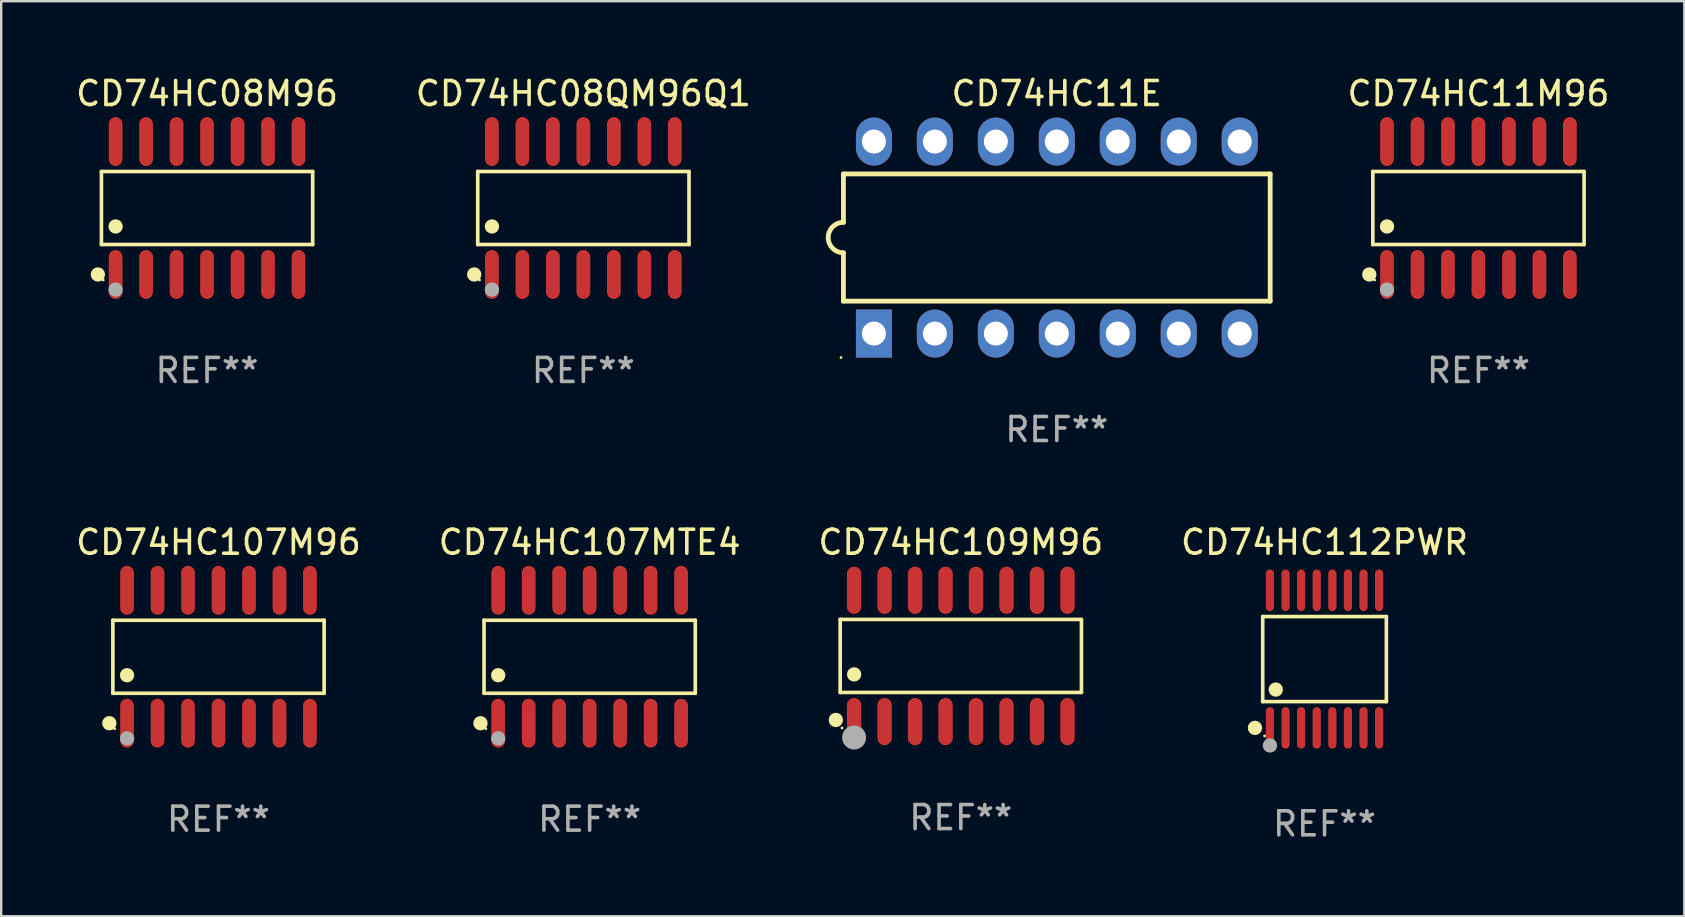
<source format=kicad_pcb>
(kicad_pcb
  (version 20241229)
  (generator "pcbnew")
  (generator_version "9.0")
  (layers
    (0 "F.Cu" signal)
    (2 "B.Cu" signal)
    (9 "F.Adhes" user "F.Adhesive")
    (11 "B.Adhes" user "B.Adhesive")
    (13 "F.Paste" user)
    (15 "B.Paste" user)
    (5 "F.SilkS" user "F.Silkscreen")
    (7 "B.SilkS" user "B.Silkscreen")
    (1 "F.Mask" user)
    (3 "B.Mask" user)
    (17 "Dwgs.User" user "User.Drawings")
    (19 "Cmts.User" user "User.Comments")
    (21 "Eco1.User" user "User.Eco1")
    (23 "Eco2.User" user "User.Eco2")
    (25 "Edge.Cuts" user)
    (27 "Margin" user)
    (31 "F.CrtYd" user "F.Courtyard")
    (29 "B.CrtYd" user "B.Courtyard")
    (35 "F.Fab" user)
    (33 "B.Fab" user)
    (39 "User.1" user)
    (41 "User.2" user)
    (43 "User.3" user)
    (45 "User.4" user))
  (footprint "CD74HC107M96"
    (layer "F.Cu")
    (at 6.054 24.314)
    (property "Reference" "CD74HC107M96" (at 0 -4.769 0) (layer "F.SilkS") (effects (font (size 1 1) (thickness 0.15))))
    (attr through_hole)
    (fp_line (start -4.401 -1.521) (end 4.401 -1.521) (stroke (width 0.152) (type solid)) (layer "F.SilkS"))
    (fp_line (start -4.401 1.521) (end -4.401 -1.521) (stroke (width 0.152) (type solid)) (layer "F.SilkS"))
    (fp_line (start 4.401 -1.521) (end 4.401 1.521) (stroke (width 0.152) (type solid)) (layer "F.SilkS"))
    (fp_line (start 4.401 1.521) (end -4.401 1.521) (stroke (width 0.152) (type solid)) (layer "F.SilkS"))
    (fp_circle (center -4.549 2.769) (end -4.399 2.769) (stroke (width 0.3) (type solid)) (fill no) (layer "F.SilkS"))
    (fp_circle (center -4.325 3) (end -4.295 3) (stroke (width 0.06) (type solid)) (fill no) (layer "F.SilkS"))
    (fp_circle (center -3.81 0.769) (end -3.66 0.769) (stroke (width 0.3) (type solid)) (fill no) (layer "F.SilkS"))
    (fp_circle (center -3.81 3.4) (end -3.66 3.4) (stroke (width 0.3) (type solid)) (fill no) (layer "F.Fab"))
    (fp_text user "REF**" (at 0 6.769 0) (layer "F.Fab") (effects (font (size 1 1) (thickness 0.15))))
    (pad "1" smd oval (at -3.81 2.769) (size 0.574 2.038) (layers "F.Cu" "F.Mask" "F.Paste"))
    (pad "2" smd oval (at -2.54 2.769) (size 0.574 2.038) (layers "F.Cu" "F.Mask" "F.Paste"))
    (pad "3" smd oval (at -1.27 2.769) (size 0.574 2.038) (layers "F.Cu" "F.Mask" "F.Paste"))
    (pad "4" smd oval (at 0 2.769) (size 0.574 2.038) (layers "F.Cu" "F.Mask" "F.Paste"))
    (pad "5" smd oval (at 1.27 2.769) (size 0.574 2.038) (layers "F.Cu" "F.Mask" "F.Paste"))
    (pad "6" smd oval (at 2.54 2.769) (size 0.574 2.038) (layers "F.Cu" "F.Mask" "F.Paste"))
    (pad "7" smd oval (at 3.81 2.769) (size 0.574 2.038) (layers "F.Cu" "F.Mask" "F.Paste"))
    (pad "8" smd oval (at 3.81 -2.769) (size 0.574 2.038) (layers "F.Cu" "F.Mask" "F.Paste"))
    (pad "9" smd oval (at 2.54 -2.769) (size 0.574 2.038) (layers "F.Cu" "F.Mask" "F.Paste"))
    (pad "10" smd oval (at 1.27 -2.769) (size 0.574 2.038) (layers "F.Cu" "F.Mask" "F.Paste"))
    (pad "11" smd oval (at 0 -2.769) (size 0.574 2.038) (layers "F.Cu" "F.Mask" "F.Paste"))
    (pad "12" smd oval (at -1.27 -2.769) (size 0.574 2.038) (layers "F.Cu" "F.Mask" "F.Paste"))
    (pad "13" smd oval (at -2.54 -2.769) (size 0.574 2.038) (layers "F.Cu" "F.Mask" "F.Paste"))
    (pad "14" smd oval (at -3.81 -2.769) (size 0.574 2.038) (layers "F.Cu" "F.Mask" "F.Paste")))
  (footprint "CD74HC08M96"
    (layer "F.Cu")
    (at 5.577 5.617)
    (property "Reference" "CD74HC08M96" (at 0 -4.769 0) (layer "F.SilkS") (effects (font (size 1 1) (thickness 0.15))))
    (attr through_hole)
    (fp_line (start -4.401 -1.521) (end 4.401 -1.521) (stroke (width 0.152) (type solid)) (layer "F.SilkS"))
    (fp_line (start -4.401 1.521) (end -4.401 -1.521) (stroke (width 0.152) (type solid)) (layer "F.SilkS"))
    (fp_line (start 4.401 -1.521) (end 4.401 1.521) (stroke (width 0.152) (type solid)) (layer "F.SilkS"))
    (fp_line (start 4.401 1.521) (end -4.401 1.521) (stroke (width 0.152) (type solid)) (layer "F.SilkS"))
    (fp_circle (center -4.549 2.769) (end -4.399 2.769) (stroke (width 0.3) (type solid)) (fill no) (layer "F.SilkS"))
    (fp_circle (center -4.325 3) (end -4.295 3) (stroke (width 0.06) (type solid)) (fill no) (layer "F.SilkS"))
    (fp_circle (center -3.81 0.769) (end -3.66 0.769) (stroke (width 0.3) (type solid)) (fill no) (layer "F.SilkS"))
    (fp_circle (center -3.81 3.4) (end -3.66 3.4) (stroke (width 0.3) (type solid)) (fill no) (layer "F.Fab"))
    (fp_text user "REF**" (at 0 6.769 0) (layer "F.Fab") (effects (font (size 1 1) (thickness 0.15))))
    (pad "1" smd oval (at -3.81 2.769) (size 0.574 2.038) (layers "F.Cu" "F.Mask" "F.Paste"))
    (pad "2" smd oval (at -2.54 2.769) (size 0.574 2.038) (layers "F.Cu" "F.Mask" "F.Paste"))
    (pad "3" smd oval (at -1.27 2.769) (size 0.574 2.038) (layers "F.Cu" "F.Mask" "F.Paste"))
    (pad "4" smd oval (at 0 2.769) (size 0.574 2.038) (layers "F.Cu" "F.Mask" "F.Paste"))
    (pad "5" smd oval (at 1.27 2.769) (size 0.574 2.038) (layers "F.Cu" "F.Mask" "F.Paste"))
    (pad "6" smd oval (at 2.54 2.769) (size 0.574 2.038) (layers "F.Cu" "F.Mask" "F.Paste"))
    (pad "7" smd oval (at 3.81 2.769) (size 0.574 2.038) (layers "F.Cu" "F.Mask" "F.Paste"))
    (pad "8" smd oval (at 3.81 -2.769) (size 0.574 2.038) (layers "F.Cu" "F.Mask" "F.Paste"))
    (pad "9" smd oval (at 2.54 -2.769) (size 0.574 2.038) (layers "F.Cu" "F.Mask" "F.Paste"))
    (pad "10" smd oval (at 1.27 -2.769) (size 0.574 2.038) (layers "F.Cu" "F.Mask" "F.Paste"))
    (pad "11" smd oval (at 0 -2.769) (size 0.574 2.038) (layers "F.Cu" "F.Mask" "F.Paste"))
    (pad "12" smd oval (at -1.27 -2.769) (size 0.574 2.038) (layers "F.Cu" "F.Mask" "F.Paste"))
    (pad "13" smd oval (at -2.54 -2.769) (size 0.574 2.038) (layers "F.Cu" "F.Mask" "F.Paste"))
    (pad "14" smd oval (at -3.81 -2.769) (size 0.574 2.038) (layers "F.Cu" "F.Mask" "F.Paste")))
  (footprint "CD74HC109M96"
    (layer "F.Cu")
    (at 36.982 24.28)
    (property "Reference" "CD74HC109M96" (at 0 -4.736 0) (layer "F.SilkS") (effects (font (size 1 1) (thickness 0.15))))
    (attr through_hole)
    (fp_line (start -5.026 -1.521) (end 5.026 -1.521) (stroke (width 0.152) (type solid)) (layer "F.SilkS"))
    (fp_line (start -5.026 1.521) (end -5.026 -1.521) (stroke (width 0.152) (type solid)) (layer "F.SilkS"))
    (fp_line (start 5.026 -1.521) (end 5.026 1.521) (stroke (width 0.152) (type solid)) (layer "F.SilkS"))
    (fp_line (start 5.026 1.521) (end -5.026 1.521) (stroke (width 0.152) (type solid)) (layer "F.SilkS"))
    (fp_circle (center -5.207 2.667) (end -5.057 2.667) (stroke (width 0.3) (type solid)) (fill no) (layer "F.SilkS"))
    (fp_circle (center -4.95 3) (end -4.92 3) (stroke (width 0.06) (type solid)) (fill no) (layer "F.SilkS"))
    (fp_circle (center -4.445 0.769) (end -4.295 0.769) (stroke (width 0.3) (type solid)) (fill no) (layer "F.SilkS"))
    (fp_circle (center -4.445 3.4) (end -4.195 3.4) (stroke (width 0.5) (type solid)) (fill no) (layer "F.Fab"))
    (fp_text user "REF**" (at 0 6.736 0) (layer "F.Fab") (effects (font (size 1 1) (thickness 0.15))))
    (pad "1" smd oval (at -4.445 2.736) (size 0.602 1.971) (layers "F.Cu" "F.Mask" "F.Paste"))
    (pad "2" smd oval (at -3.175 2.736) (size 0.602 1.971) (layers "F.Cu" "F.Mask" "F.Paste"))
    (pad "3" smd oval (at -1.905 2.736) (size 0.602 1.971) (layers "F.Cu" "F.Mask" "F.Paste"))
    (pad "4" smd oval (at -0.635 2.736) (size 0.602 1.971) (layers "F.Cu" "F.Mask" "F.Paste"))
    (pad "5" smd oval (at 0.635 2.736) (size 0.602 1.971) (layers "F.Cu" "F.Mask" "F.Paste"))
    (pad "6" smd oval (at 1.905 2.736) (size 0.602 1.971) (layers "F.Cu" "F.Mask" "F.Paste"))
    (pad "7" smd oval (at 3.175 2.736) (size 0.602 1.971) (layers "F.Cu" "F.Mask" "F.Paste"))
    (pad "8" smd oval (at 4.445 2.736) (size 0.602 1.971) (layers "F.Cu" "F.Mask" "F.Paste"))
    (pad "9" smd oval (at 4.445 -2.736) (size 0.602 1.971) (layers "F.Cu" "F.Mask" "F.Paste"))
    (pad "10" smd oval (at 3.175 -2.736) (size 0.602 1.971) (layers "F.Cu" "F.Mask" "F.Paste"))
    (pad "11" smd oval (at 1.905 -2.736) (size 0.602 1.971) (layers "F.Cu" "F.Mask" "F.Paste"))
    (pad "12" smd oval (at 0.635 -2.736) (size 0.602 1.971) (layers "F.Cu" "F.Mask" "F.Paste"))
    (pad "13" smd oval (at -0.635 -2.736) (size 0.602 1.971) (layers "F.Cu" "F.Mask" "F.Paste"))
    (pad "14" smd oval (at -1.905 -2.736) (size 0.602 1.971) (layers "F.Cu" "F.Mask" "F.Paste"))
    (pad "15" smd oval (at -3.175 -2.736) (size 0.602 1.971) (layers "F.Cu" "F.Mask" "F.Paste"))
    (pad "16" smd oval (at -4.445 -2.736) (size 0.602 1.971) (layers "F.Cu" "F.Mask" "F.Paste")))
  (footprint "CD74HC11M96"
    (layer "F.Cu")
    (at 58.55 5.617)
    (property "Reference" "CD74HC11M96" (at 0 -4.769 0) (layer "F.SilkS") (effects (font (size 1 1) (thickness 0.15))))
    (attr through_hole)
    (fp_line (start -4.401 -1.521) (end 4.401 -1.521) (stroke (width 0.152) (type solid)) (layer "F.SilkS"))
    (fp_line (start -4.401 1.521) (end -4.401 -1.521) (stroke (width 0.152) (type solid)) (layer "F.SilkS"))
    (fp_line (start 4.401 -1.521) (end 4.401 1.521) (stroke (width 0.152) (type solid)) (layer "F.SilkS"))
    (fp_line (start 4.401 1.521) (end -4.401 1.521) (stroke (width 0.152) (type solid)) (layer "F.SilkS"))
    (fp_circle (center -4.549 2.769) (end -4.399 2.769) (stroke (width 0.3) (type solid)) (fill no) (layer "F.SilkS"))
    (fp_circle (center -4.325 3) (end -4.295 3) (stroke (width 0.06) (type solid)) (fill no) (layer "F.SilkS"))
    (fp_circle (center -3.81 0.769) (end -3.66 0.769) (stroke (width 0.3) (type solid)) (fill no) (layer "F.SilkS"))
    (fp_circle (center -3.81 3.4) (end -3.66 3.4) (stroke (width 0.3) (type solid)) (fill no) (layer "F.Fab"))
    (fp_text user "REF**" (at 0 6.769 0) (layer "F.Fab") (effects (font (size 1 1) (thickness 0.15))))
    (pad "1" smd oval (at -3.81 2.769) (size 0.574 2.038) (layers "F.Cu" "F.Mask" "F.Paste"))
    (pad "2" smd oval (at -2.54 2.769) (size 0.574 2.038) (layers "F.Cu" "F.Mask" "F.Paste"))
    (pad "3" smd oval (at -1.27 2.769) (size 0.574 2.038) (layers "F.Cu" "F.Mask" "F.Paste"))
    (pad "4" smd oval (at 0 2.769) (size 0.574 2.038) (layers "F.Cu" "F.Mask" "F.Paste"))
    (pad "5" smd oval (at 1.27 2.769) (size 0.574 2.038) (layers "F.Cu" "F.Mask" "F.Paste"))
    (pad "6" smd oval (at 2.54 2.769) (size 0.574 2.038) (layers "F.Cu" "F.Mask" "F.Paste"))
    (pad "7" smd oval (at 3.81 2.769) (size 0.574 2.038) (layers "F.Cu" "F.Mask" "F.Paste"))
    (pad "8" smd oval (at 3.81 -2.769) (size 0.574 2.038) (layers "F.Cu" "F.Mask" "F.Paste"))
    (pad "9" smd oval (at 2.54 -2.769) (size 0.574 2.038) (layers "F.Cu" "F.Mask" "F.Paste"))
    (pad "10" smd oval (at 1.27 -2.769) (size 0.574 2.038) (layers "F.Cu" "F.Mask" "F.Paste"))
    (pad "11" smd oval (at 0 -2.769) (size 0.574 2.038) (layers "F.Cu" "F.Mask" "F.Paste"))
    (pad "12" smd oval (at -1.27 -2.769) (size 0.574 2.038) (layers "F.Cu" "F.Mask" "F.Paste"))
    (pad "13" smd oval (at -2.54 -2.769) (size 0.574 2.038) (layers "F.Cu" "F.Mask" "F.Paste"))
    (pad "14" smd oval (at -3.81 -2.769) (size 0.574 2.038) (layers "F.Cu" "F.Mask" "F.Paste")))
  (footprint "CD74HC107MTE4"
    (layer "F.Cu")
    (at 21.518 24.314)
    (property "Reference" "CD74HC107MTE4" (at 0 -4.769 0) (layer "F.SilkS") (effects (font (size 1 1) (thickness 0.15))))
    (attr through_hole)
    (fp_line (start -4.401 -1.521) (end 4.401 -1.521) (stroke (width 0.152) (type solid)) (layer "F.SilkS"))
    (fp_line (start -4.401 1.521) (end -4.401 -1.521) (stroke (width 0.152) (type solid)) (layer "F.SilkS"))
    (fp_line (start 4.401 -1.521) (end 4.401 1.521) (stroke (width 0.152) (type solid)) (layer "F.SilkS"))
    (fp_line (start 4.401 1.521) (end -4.401 1.521) (stroke (width 0.152) (type solid)) (layer "F.SilkS"))
    (fp_circle (center -4.549 2.769) (end -4.399 2.769) (stroke (width 0.3) (type solid)) (fill no) (layer "F.SilkS"))
    (fp_circle (center -4.325 3) (end -4.295 3) (stroke (width 0.06) (type solid)) (fill no) (layer "F.SilkS"))
    (fp_circle (center -3.81 0.769) (end -3.66 0.769) (stroke (width 0.3) (type solid)) (fill no) (layer "F.SilkS"))
    (fp_circle (center -3.81 3.4) (end -3.66 3.4) (stroke (width 0.3) (type solid)) (fill no) (layer "F.Fab"))
    (fp_text user "REF**" (at 0 6.769 0) (layer "F.Fab") (effects (font (size 1 1) (thickness 0.15))))
    (pad "1" smd oval (at -3.81 2.769) (size 0.574 2.038) (layers "F.Cu" "F.Mask" "F.Paste"))
    (pad "2" smd oval (at -2.54 2.769) (size 0.574 2.038) (layers "F.Cu" "F.Mask" "F.Paste"))
    (pad "3" smd oval (at -1.27 2.769) (size 0.574 2.038) (layers "F.Cu" "F.Mask" "F.Paste"))
    (pad "4" smd oval (at 0 2.769) (size 0.574 2.038) (layers "F.Cu" "F.Mask" "F.Paste"))
    (pad "5" smd oval (at 1.27 2.769) (size 0.574 2.038) (layers "F.Cu" "F.Mask" "F.Paste"))
    (pad "6" smd oval (at 2.54 2.769) (size 0.574 2.038) (layers "F.Cu" "F.Mask" "F.Paste"))
    (pad "7" smd oval (at 3.81 2.769) (size 0.574 2.038) (layers "F.Cu" "F.Mask" "F.Paste"))
    (pad "8" smd oval (at 3.81 -2.769) (size 0.574 2.038) (layers "F.Cu" "F.Mask" "F.Paste"))
    (pad "9" smd oval (at 2.54 -2.769) (size 0.574 2.038) (layers "F.Cu" "F.Mask" "F.Paste"))
    (pad "10" smd oval (at 1.27 -2.769) (size 0.574 2.038) (layers "F.Cu" "F.Mask" "F.Paste"))
    (pad "11" smd oval (at 0 -2.769) (size 0.574 2.038) (layers "F.Cu" "F.Mask" "F.Paste"))
    (pad "12" smd oval (at -1.27 -2.769) (size 0.574 2.038) (layers "F.Cu" "F.Mask" "F.Paste"))
    (pad "13" smd oval (at -2.54 -2.769) (size 0.574 2.038) (layers "F.Cu" "F.Mask" "F.Paste"))
    (pad "14" smd oval (at -3.81 -2.769) (size 0.574 2.038) (layers "F.Cu" "F.Mask" "F.Paste")))
  (footprint "CD74HC112PWR"
    (layer "F.Cu")
    (at 52.137 24.411)
    (property "Reference" "CD74HC112PWR" (at 0 -4.866 0) (layer "F.SilkS") (effects (font (size 1 1) (thickness 0.15))))
    (attr through_hole)
    (fp_line (start -2.576 -1.772) (end 2.576 -1.772) (stroke (width 0.152) (type solid)) (layer "F.SilkS"))
    (fp_line (start -2.576 1.771) (end -2.576 -1.772) (stroke (width 0.152) (type solid)) (layer "F.SilkS"))
    (fp_line (start 2.576 -1.772) (end 2.576 1.771) (stroke (width 0.152) (type solid)) (layer "F.SilkS"))
    (fp_line (start 2.576 1.771) (end -2.576 1.771) (stroke (width 0.152) (type solid)) (layer "F.SilkS"))
    (fp_circle (center -2.899 2.866) (end -2.749 2.866) (stroke (width 0.3) (type solid)) (fill no) (layer "F.SilkS"))
    (fp_circle (center -2.5 3.2) (end -2.47 3.2) (stroke (width 0.06) (type solid)) (fill no) (layer "F.SilkS"))
    (fp_circle (center -2.032 1.27) (end -1.882 1.27) (stroke (width 0.3) (type solid)) (fill no) (layer "F.SilkS"))
    (fp_circle (center -2.275 3.6) (end -2.125 3.6) (stroke (width 0.3) (type solid)) (fill no) (layer "F.Fab"))
    (fp_text user "REF**" (at 0 6.866 0) (layer "F.Fab") (effects (font (size 1 1) (thickness 0.15))))
    (pad "1" smd oval (at -2.275 2.866) (size 0.343 1.731) (layers "F.Cu" "F.Mask" "F.Paste"))
    (pad "2" smd oval (at -1.625 2.866) (size 0.343 1.731) (layers "F.Cu" "F.Mask" "F.Paste"))
    (pad "3" smd oval (at -0.975 2.866) (size 0.343 1.731) (layers "F.Cu" "F.Mask" "F.Paste"))
    (pad "4" smd oval (at -0.325 2.866) (size 0.343 1.731) (layers "F.Cu" "F.Mask" "F.Paste"))
    (pad "5" smd oval (at 0.325 2.866) (size 0.343 1.731) (layers "F.Cu" "F.Mask" "F.Paste"))
    (pad "6" smd oval (at 0.975 2.866) (size 0.343 1.731) (layers "F.Cu" "F.Mask" "F.Paste"))
    (pad "7" smd oval (at 1.625 2.866) (size 0.343 1.731) (layers "F.Cu" "F.Mask" "F.Paste"))
    (pad "8" smd oval (at 2.275 2.866) (size 0.343 1.731) (layers "F.Cu" "F.Mask" "F.Paste"))
    (pad "9" smd oval (at 2.275 -2.866) (size 0.343 1.731) (layers "F.Cu" "F.Mask" "F.Paste"))
    (pad "10" smd oval (at 1.625 -2.866) (size 0.343 1.731) (layers "F.Cu" "F.Mask" "F.Paste"))
    (pad "11" smd oval (at 0.975 -2.866) (size 0.343 1.731) (layers "F.Cu" "F.Mask" "F.Paste"))
    (pad "12" smd oval (at 0.325 -2.866) (size 0.343 1.731) (layers "F.Cu" "F.Mask" "F.Paste"))
    (pad "13" smd oval (at -0.325 -2.866) (size 0.343 1.731) (layers "F.Cu" "F.Mask" "F.Paste"))
    (pad "14" smd oval (at -0.975 -2.866) (size 0.343 1.731) (layers "F.Cu" "F.Mask" "F.Paste"))
    (pad "15" smd oval (at -1.625 -2.866) (size 0.343 1.731) (layers "F.Cu" "F.Mask" "F.Paste"))
    (pad "16" smd oval (at -2.275 -2.866) (size 0.343 1.731) (layers "F.Cu" "F.Mask" "F.Paste")))
  (footprint "CD74HC08QM96Q1"
    (layer "F.Cu")
    (at 21.256 5.617)
    (property "Reference" "CD74HC08QM96Q1" (at 0 -4.769 0) (layer "F.SilkS") (effects (font (size 1 1) (thickness 0.15))))
    (attr through_hole)
    (fp_line (start -4.401 -1.521) (end 4.401 -1.521) (stroke (width 0.152) (type solid)) (layer "F.SilkS"))
    (fp_line (start -4.401 1.521) (end -4.401 -1.521) (stroke (width 0.152) (type solid)) (layer "F.SilkS"))
    (fp_line (start 4.401 -1.521) (end 4.401 1.521) (stroke (width 0.152) (type solid)) (layer "F.SilkS"))
    (fp_line (start 4.401 1.521) (end -4.401 1.521) (stroke (width 0.152) (type solid)) (layer "F.SilkS"))
    (fp_circle (center -4.549 2.769) (end -4.399 2.769) (stroke (width 0.3) (type solid)) (fill no) (layer "F.SilkS"))
    (fp_circle (center -4.325 3) (end -4.295 3) (stroke (width 0.06) (type solid)) (fill no) (layer "F.SilkS"))
    (fp_circle (center -3.81 0.769) (end -3.66 0.769) (stroke (width 0.3) (type solid)) (fill no) (layer "F.SilkS"))
    (fp_circle (center -3.81 3.4) (end -3.66 3.4) (stroke (width 0.3) (type solid)) (fill no) (layer "F.Fab"))
    (fp_text user "REF**" (at 0 6.769 0) (layer "F.Fab") (effects (font (size 1 1) (thickness 0.15))))
    (pad "1" smd oval (at -3.81 2.769) (size 0.574 2.038) (layers "F.Cu" "F.Mask" "F.Paste"))
    (pad "2" smd oval (at -2.54 2.769) (size 0.574 2.038) (layers "F.Cu" "F.Mask" "F.Paste"))
    (pad "3" smd oval (at -1.27 2.769) (size 0.574 2.038) (layers "F.Cu" "F.Mask" "F.Paste"))
    (pad "4" smd oval (at 0 2.769) (size 0.574 2.038) (layers "F.Cu" "F.Mask" "F.Paste"))
    (pad "5" smd oval (at 1.27 2.769) (size 0.574 2.038) (layers "F.Cu" "F.Mask" "F.Paste"))
    (pad "6" smd oval (at 2.54 2.769) (size 0.574 2.038) (layers "F.Cu" "F.Mask" "F.Paste"))
    (pad "7" smd oval (at 3.81 2.769) (size 0.574 2.038) (layers "F.Cu" "F.Mask" "F.Paste"))
    (pad "8" smd oval (at 3.81 -2.769) (size 0.574 2.038) (layers "F.Cu" "F.Mask" "F.Paste"))
    (pad "9" smd oval (at 2.54 -2.769) (size 0.574 2.038) (layers "F.Cu" "F.Mask" "F.Paste"))
    (pad "10" smd oval (at 1.27 -2.769) (size 0.574 2.038) (layers "F.Cu" "F.Mask" "F.Paste"))
    (pad "11" smd oval (at 0 -2.769) (size 0.574 2.038) (layers "F.Cu" "F.Mask" "F.Paste"))
    (pad "12" smd oval (at -1.27 -2.769) (size 0.574 2.038) (layers "F.Cu" "F.Mask" "F.Paste"))
    (pad "13" smd oval (at -2.54 -2.769) (size 0.574 2.038) (layers "F.Cu" "F.Mask" "F.Paste"))
    (pad "14" smd oval (at -3.81 -2.769) (size 0.574 2.038) (layers "F.Cu" "F.Mask" "F.Paste")))
  (footprint "CD74HC11E"
    (layer "F.Cu")
    (at 40.982 6.848)
    (property "Reference" "CD74HC11E" (at 0 -6 0) (layer "F.SilkS") (effects (font (size 1 1) (thickness 0.15))))
    (attr through_hole)
    (fp_line (start -8.89 -2.65) (end -8.89 -0.635) (stroke (width 0.2) (type solid)) (layer "F.SilkS"))
    (fp_line (start -8.89 0.635) (end -8.89 2.65) (stroke (width 0.2) (type solid)) (layer "F.SilkS"))
    (fp_line (start -8.89 2.65) (end 8.89 2.65) (stroke (width 0.2) (type solid)) (layer "F.SilkS"))
    (fp_line (start 8.89 -2.65) (end -8.89 -2.65) (stroke (width 0.2) (type solid)) (layer "F.SilkS"))
    (fp_line (start 8.89 2.65) (end 8.89 -2.65) (stroke (width 0.2) (type solid)) (layer "F.SilkS"))
    (fp_arc (start -8.890018 0.635001) (mid -9.525019 0) (end -8.890018 -0.635001) (stroke (width 0.2) (type solid)) (layer "F.SilkS"))
    (fp_circle (center -8.99 5) (end -8.96 5) (stroke (width 0.06) (type solid)) (fill no) (layer "F.SilkS"))
    (fp_text user "REF**" (at 0 8 0) (layer "F.Fab") (effects (font (size 1 1) (thickness 0.15))))
    (pad "1" thru_hole rect (at -7.62 4 90) (size 2 1.5) (drill 1) (layers "*.Cu" "*.Mask"))
    (pad "2" thru_hole oval (at -5.08 4 90) (size 2 1.5) (drill 1) (layers "*.Cu" "*.Mask"))
    (pad "3" thru_hole oval (at -2.54 4 90) (size 2 1.5) (drill 1) (layers "*.Cu" "*.Mask"))
    (pad "4" thru_hole oval (at 0 4 90) (size 2 1.5) (drill 1) (layers "*.Cu" "*.Mask"))
    (pad "5" thru_hole oval (at 2.54 4 90) (size 2 1.5) (drill 1) (layers "*.Cu" "*.Mask"))
    (pad "6" thru_hole oval (at 5.08 4 90) (size 2 1.5) (drill 1) (layers "*.Cu" "*.Mask"))
    (pad "7" thru_hole oval (at 7.62 4 90) (size 2 1.5) (drill 1) (layers "*.Cu" "*.Mask"))
    (pad "8" thru_hole oval (at 7.62 -4 90) (size 2 1.5) (drill 1) (layers "*.Cu" "*.Mask"))
    (pad "9" thru_hole oval (at 5.08 -4 90) (size 2 1.5) (drill 1) (layers "*.Cu" "*.Mask"))
    (pad "10" thru_hole oval (at 2.54 -4 90) (size 2 1.5) (drill 1) (layers "*.Cu" "*.Mask"))
    (pad "11" thru_hole oval (at 0 -4 90) (size 2 1.5) (drill 1) (layers "*.Cu" "*.Mask"))
    (pad "12" thru_hole oval (at -2.54 -4 90) (size 2 1.5) (drill 1) (layers "*.Cu" "*.Mask"))
    (pad "13" thru_hole oval (at -5.08 -4 90) (size 2 1.5) (drill 1) (layers "*.Cu" "*.Mask"))
    (pad "14" thru_hole oval (at -7.62 -4 90) (size 2 1.5) (drill 1) (layers "*.Cu" "*.Mask")))
  (gr_rect
    (start -3 -3)
    (end 67.127 35.125)
    (stroke (width 0.1) (type default))
    (fill no)
    (layer "Edge.Cuts")))
</source>
